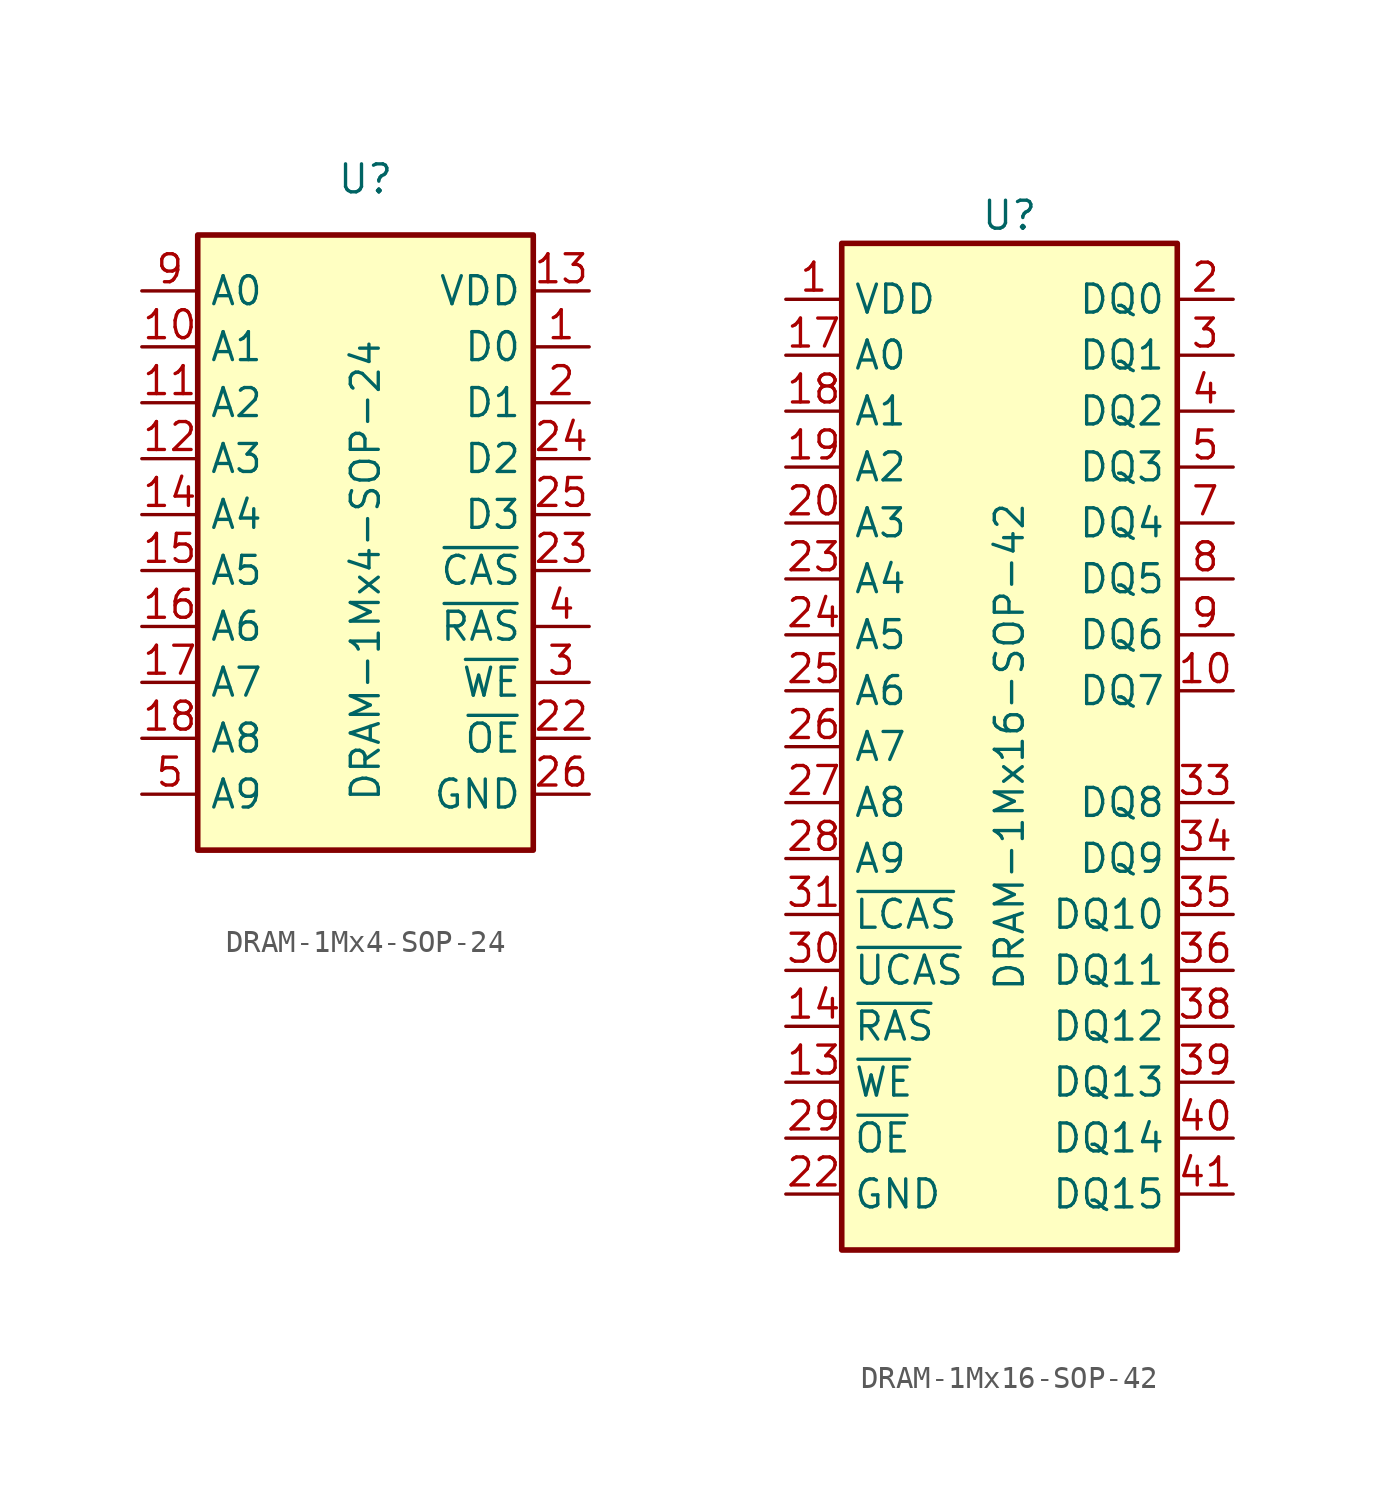
<source format=kicad_sym>
(kicad_symbol_lib
  (version 20231120)
  (generator "kicad_symbol_editor")
  (generator_version "8.0")
  (symbol "DRAM-1Mx4-SOP-24"
    (property "Reference" "U"
      (at 0 16.51 0)
      (effects (font (size 1.27 1.27))))
    (property "Value" "DRAM-1Mx4-SOP-24"
      (at 0 -1.27 90)
      (effects (font (size 1.27 1.27))))
    (symbol "DRAM-1Mx4-SOP-24_0_1"
      (rectangle (start -7.62 13.97) (end 7.62 -13.97) (stroke (width 0.254) (type default)) (fill (type background))))
    (symbol "DRAM-1Mx4-SOP-24_1_1"
      (pin bidirectional line (at 10.16 8.89 180) (length 2.54) (name "D0" (effects (font (size 1.27 1.27)))) (number "1" (effects (font (size 1.27 1.27)))))
      (pin input line (at -10.16 8.89 0) (length 2.54) (name "A1" (effects (font (size 1.27 1.27)))) (number "10" (effects (font (size 1.27 1.27)))))
      (pin input line (at -10.16 6.35 0) (length 2.54) (name "A2" (effects (font (size 1.27 1.27)))) (number "11" (effects (font (size 1.27 1.27)))))
      (pin input line (at -10.16 3.81 0) (length 2.54) (name "A3" (effects (font (size 1.27 1.27)))) (number "12" (effects (font (size 1.27 1.27)))))
      (pin power_in line (at 10.16 11.43 180) (length 2.54) (name "VDD" (effects (font (size 1.27 1.27)))) (number "13" (effects (font (size 1.27 1.27)))))
      (pin input line (at -10.16 1.27 0) (length 2.54) (name "A4" (effects (font (size 1.27 1.27)))) (number "14" (effects (font (size 1.27 1.27)))))
      (pin input line (at -10.16 -1.27 0) (length 2.54) (name "A5" (effects (font (size 1.27 1.27)))) (number "15" (effects (font (size 1.27 1.27)))))
      (pin input line (at -10.16 -3.81 0) (length 2.54) (name "A6" (effects (font (size 1.27 1.27)))) (number "16" (effects (font (size 1.27 1.27)))))
      (pin input line (at -10.16 -6.35 0) (length 2.54) (name "A7" (effects (font (size 1.27 1.27)))) (number "17" (effects (font (size 1.27 1.27)))))
      (pin input line (at -10.16 -8.89 0) (length 2.54) (name "A8" (effects (font (size 1.27 1.27)))) (number "18" (effects (font (size 1.27 1.27)))))
      (pin bidirectional line (at 10.16 6.35 180) (length 2.54) (name "D1" (effects (font (size 1.27 1.27)))) (number "2" (effects (font (size 1.27 1.27)))))
      (pin no_connect line (at 10.16 0 180) (length 2.54) hide (name "NC" (effects (font (size 1.27 1.27)))) (number "20" (effects (font (size 1.27 1.27)))))
      (pin input line (at 10.16 -8.89 180) (length 2.54) (name "~{OE}" (effects (font (size 1.27 1.27)))) (number "22" (effects (font (size 1.27 1.27)))))
      (pin input line (at 10.16 -1.27 180) (length 2.54) (name "~{CAS}" (effects (font (size 1.27 1.27)))) (number "23" (effects (font (size 1.27 1.27)))))
      (pin bidirectional line (at 10.16 3.81 180) (length 2.54) (name "D2" (effects (font (size 1.27 1.27)))) (number "24" (effects (font (size 1.27 1.27)))))
      (pin bidirectional line (at 10.16 1.27 180) (length 2.54) (name "D3" (effects (font (size 1.27 1.27)))) (number "25" (effects (font (size 1.27 1.27)))))
      (pin power_in line (at 10.16 -11.43 180) (length 2.54) (name "GND" (effects (font (size 1.27 1.27)))) (number "26" (effects (font (size 1.27 1.27)))))
      (pin input line (at 10.16 -6.35 180) (length 2.54) (name "~{WE}" (effects (font (size 1.27 1.27)))) (number "3" (effects (font (size 1.27 1.27)))))
      (pin input line (at 10.16 -3.81 180) (length 2.54) (name "~{RAS}" (effects (font (size 1.27 1.27)))) (number "4" (effects (font (size 1.27 1.27)))))
      (pin input line (at -10.16 -11.43 0) (length 2.54) (name "A9" (effects (font (size 1.27 1.27)))) (number "5" (effects (font (size 1.27 1.27)))))
      (pin no_connect line (at 10.16 0 180) (length 2.54) hide (name "NC" (effects (font (size 1.27 1.27)))) (number "7" (effects (font (size 1.27 1.27)))))
      (pin input line (at -10.16 11.43 0) (length 2.54) (name "A0" (effects (font (size 1.27 1.27)))) (number "9" (effects (font (size 1.27 1.27)))))))
  (symbol "DRAM-1Mx16-SOP-42"
    (property "Reference" "U"
      (at 0 24.13 0)
      (effects (font (size 1.27 1.27))))
    (property "Value" "DRAM-1Mx16-SOP-42"
      (at 0 0 90)
      (effects (font (size 1.27 1.27))))
    (symbol "DRAM-1Mx16-SOP-42_0_1"
      (rectangle (start -7.62 22.86) (end 7.62 -22.86) (stroke (width 0.254) (type default)) (fill (type background))))
    (symbol "DRAM-1Mx16-SOP-42_1_1"
      (pin power_in line (at -10.16 20.32 0) (length 2.54) (name "VDD" (effects (font (size 1.27 1.27)))) (number "1" (effects (font (size 1.27 1.27)))))
      (pin bidirectional line (at 10.16 2.54 180) (length 2.54) (name "DQ7" (effects (font (size 1.27 1.27)))) (number "10" (effects (font (size 1.27 1.27)))))
      (pin no_connect line (at 10.16 1.27 180) (length 2.54) hide (name "NC" (effects (font (size 1.27 1.27)))) (number "11" (effects (font (size 1.27 1.27)))))
      (pin no_connect line (at 10.16 0 180) (length 2.54) hide (name "NC" (effects (font (size 1.27 1.27)))) (number "12" (effects (font (size 1.27 1.27)))))
      (pin input line (at -10.16 -15.24 0) (length 2.54) (name "~{WE}" (effects (font (size 1.27 1.27)))) (number "13" (effects (font (size 1.27 1.27)))))
      (pin input line (at -10.16 -12.7 0) (length 2.54) (name "~{RAS}" (effects (font (size 1.27 1.27)))) (number "14" (effects (font (size 1.27 1.27)))))
      (pin no_connect line (at 10.16 21.59 180) (length 2.54) hide (name "NC" (effects (font (size 1.27 1.27)))) (number "15" (effects (font (size 1.27 1.27)))))
      (pin no_connect line (at 10.16 -21.59 180) (length 2.54) hide (name "NC" (effects (font (size 1.27 1.27)))) (number "16" (effects (font (size 1.27 1.27)))))
      (pin input line (at -10.16 17.78 0) (length 2.54) (name "A0" (effects (font (size 1.27 1.27)))) (number "17" (effects (font (size 1.27 1.27)))))
      (pin input line (at -10.16 15.24 0) (length 2.54) (name "A1" (effects (font (size 1.27 1.27)))) (number "18" (effects (font (size 1.27 1.27)))))
      (pin input line (at -10.16 12.7 0) (length 2.54) (name "A2" (effects (font (size 1.27 1.27)))) (number "19" (effects (font (size 1.27 1.27)))))
      (pin bidirectional line (at 10.16 20.32 180) (length 2.54) (name "DQ0" (effects (font (size 1.27 1.27)))) (number "2" (effects (font (size 1.27 1.27)))))
      (pin input line (at -10.16 10.16 0) (length 2.54) (name "A3" (effects (font (size 1.27 1.27)))) (number "20" (effects (font (size 1.27 1.27)))))
      (pin power_in line (at -10.16 20.32 0) (length 2.54) hide (name "VDD" (effects (font (size 1.27 1.27)))) (number "21" (effects (font (size 1.27 1.27)))))
      (pin power_in line (at -10.16 -20.32 0) (length 2.54) (name "GND" (effects (font (size 1.27 1.27)))) (number "22" (effects (font (size 1.27 1.27)))))
      (pin input line (at -10.16 7.62 0) (length 2.54) (name "A4" (effects (font (size 1.27 1.27)))) (number "23" (effects (font (size 1.27 1.27)))))
      (pin input line (at -10.16 5.08 0) (length 2.54) (name "A5" (effects (font (size 1.27 1.27)))) (number "24" (effects (font (size 1.27 1.27)))))
      (pin input line (at -10.16 2.54 0) (length 2.54) (name "A6" (effects (font (size 1.27 1.27)))) (number "25" (effects (font (size 1.27 1.27)))))
      (pin input line (at -10.16 0 0) (length 2.54) (name "A7" (effects (font (size 1.27 1.27)))) (number "26" (effects (font (size 1.27 1.27)))))
      (pin input line (at -10.16 -2.54 0) (length 2.54) (name "A8" (effects (font (size 1.27 1.27)))) (number "27" (effects (font (size 1.27 1.27)))))
      (pin input line (at -10.16 -5.08 0) (length 2.54) (name "A9" (effects (font (size 1.27 1.27)))) (number "28" (effects (font (size 1.27 1.27)))))
      (pin input line (at -10.16 -17.78 0) (length 2.54) (name "~{OE}" (effects (font (size 1.27 1.27)))) (number "29" (effects (font (size 1.27 1.27)))))
      (pin bidirectional line (at 10.16 17.78 180) (length 2.54) (name "DQ1" (effects (font (size 1.27 1.27)))) (number "3" (effects (font (size 1.27 1.27)))))
      (pin input line (at -10.16 -10.16 0) (length 2.54) (name "~{UCAS}" (effects (font (size 1.27 1.27)))) (number "30" (effects (font (size 1.27 1.27)))))
      (pin input line (at -10.16 -7.62 0) (length 2.54) (name "~{LCAS}" (effects (font (size 1.27 1.27)))) (number "31" (effects (font (size 1.27 1.27)))))
      (pin no_connect line (at 10.16 -1.27 180) (length 2.54) hide (name "NC" (effects (font (size 1.27 1.27)))) (number "32" (effects (font (size 1.27 1.27)))))
      (pin bidirectional line (at 10.16 -2.54 180) (length 2.54) (name "DQ8" (effects (font (size 1.27 1.27)))) (number "33" (effects (font (size 1.27 1.27)))))
      (pin bidirectional line (at 10.16 -5.08 180) (length 2.54) (name "DQ9" (effects (font (size 1.27 1.27)))) (number "34" (effects (font (size 1.27 1.27)))))
      (pin bidirectional line (at 10.16 -7.62 180) (length 2.54) (name "DQ10" (effects (font (size 1.27 1.27)))) (number "35" (effects (font (size 1.27 1.27)))))
      (pin bidirectional line (at 10.16 -10.16 180) (length 2.54) (name "DQ11" (effects (font (size 1.27 1.27)))) (number "36" (effects (font (size 1.27 1.27)))))
      (pin power_in line (at -10.16 -20.32 0) (length 2.54) hide (name "GND" (effects (font (size 1.27 1.27)))) (number "37" (effects (font (size 1.27 1.27)))))
      (pin bidirectional line (at 10.16 -12.7 180) (length 2.54) (name "DQ12" (effects (font (size 1.27 1.27)))) (number "38" (effects (font (size 1.27 1.27)))))
      (pin bidirectional line (at 10.16 -15.24 180) (length 2.54) (name "DQ13" (effects (font (size 1.27 1.27)))) (number "39" (effects (font (size 1.27 1.27)))))
      (pin bidirectional line (at 10.16 15.24 180) (length 2.54) (name "DQ2" (effects (font (size 1.27 1.27)))) (number "4" (effects (font (size 1.27 1.27)))))
      (pin bidirectional line (at 10.16 -17.78 180) (length 2.54) (name "DQ14" (effects (font (size 1.27 1.27)))) (number "40" (effects (font (size 1.27 1.27)))))
      (pin bidirectional line (at 10.16 -20.32 180) (length 2.54) (name "DQ15" (effects (font (size 1.27 1.27)))) (number "41" (effects (font (size 1.27 1.27)))))
      (pin power_in line (at -10.16 -20.32 0) (length 2.54) hide (name "GND" (effects (font (size 1.27 1.27)))) (number "42" (effects (font (size 1.27 1.27)))))
      (pin bidirectional line (at 10.16 12.7 180) (length 2.54) (name "DQ3" (effects (font (size 1.27 1.27)))) (number "5" (effects (font (size 1.27 1.27)))))
      (pin power_in line (at -10.16 20.32 0) (length 2.54) hide (name "VDD" (effects (font (size 1.27 1.27)))) (number "6" (effects (font (size 1.27 1.27)))))
      (pin bidirectional line (at 10.16 10.16 180) (length 2.54) (name "DQ4" (effects (font (size 1.27 1.27)))) (number "7" (effects (font (size 1.27 1.27)))))
      (pin bidirectional line (at 10.16 7.62 180) (length 2.54) (name "DQ5" (effects (font (size 1.27 1.27)))) (number "8" (effects (font (size 1.27 1.27)))))
      (pin bidirectional line (at 10.16 5.08 180) (length 2.54) (name "DQ6" (effects (font (size 1.27 1.27)))) (number "9" (effects (font (size 1.27 1.27))))))))
</source>
